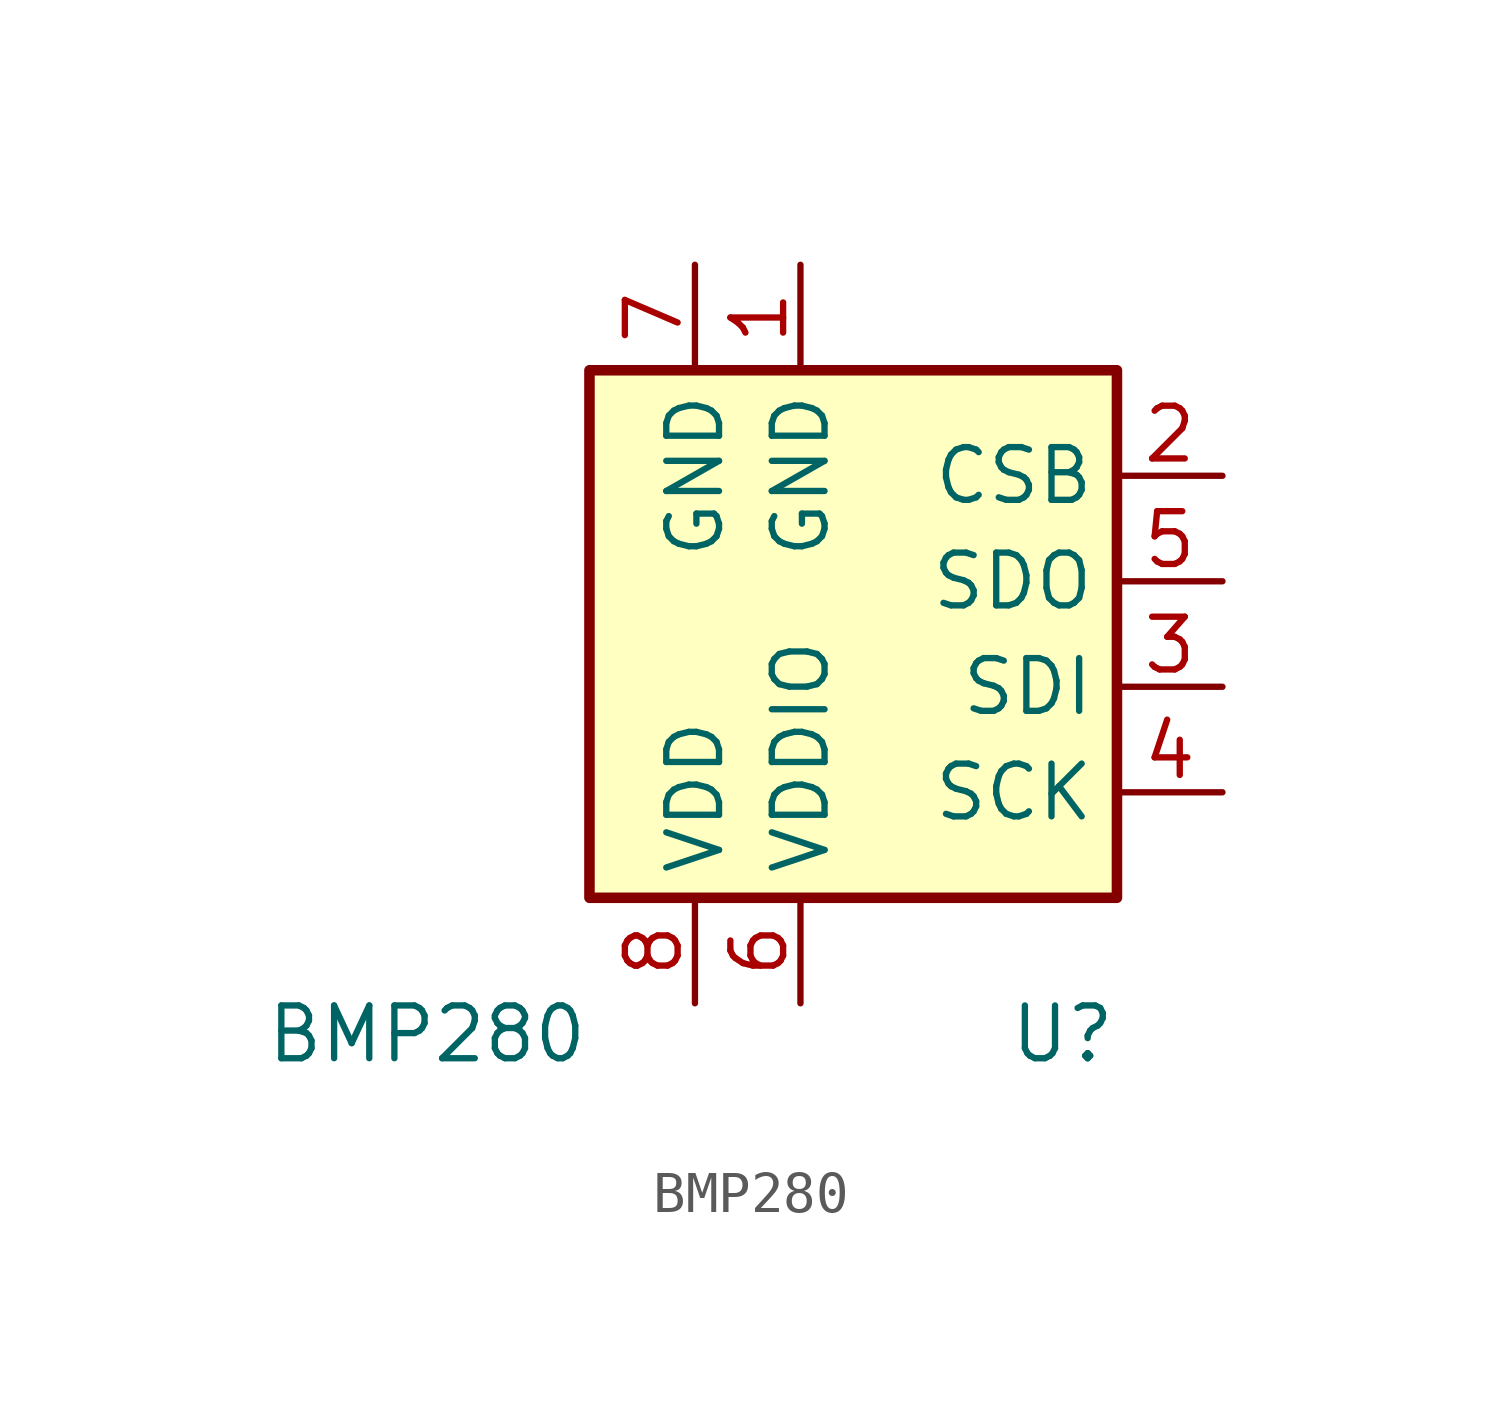
<source format=kicad_sym>
(kicad_symbol_lib
  (version 20241209)
  (generator "kicad_symbol_editor")
  (generator_version "9.0")
  (symbol "BMP280"
    (property "Reference" "U"
      (at 7.62 -7.62 0)
      (effects (font (size 1.27 1.27)) (justify right top)))
    (property "Value" "BMP280"
      (at -5.08 -7.62 0)
      (effects (font (size 1.27 1.27)) (justify right top)))
    (symbol "BMP280_0_1"
      (rectangle (start 7.62 -5.08) (end -5.08 7.62) (stroke (width 0.254) (type default)) (fill (type background))))
    (symbol "BMP280_1_1"
      (pin power_in line (at -2.54 10.16 270) (length 2.54) (name "GND" (effects (font (size 1.27 1.27)))) (number "7" (effects (font (size 1.27 1.27)))))
      (pin power_in line (at -2.54 -7.62 90) (length 2.54) (name "VDD" (effects (font (size 1.27 1.27)))) (number "8" (effects (font (size 1.27 1.27)))))
      (pin power_in line (at 0 10.16 270) (length 2.54) (name "GND" (effects (font (size 1.27 1.27)))) (number "1" (effects (font (size 1.27 1.27)))))
      (pin power_in line (at 0 -7.62 90) (length 2.54) (name "VDDIO" (effects (font (size 1.27 1.27)))) (number "6" (effects (font (size 1.27 1.27)))))
      (pin input line (at 10.16 5.08 180) (length 2.54) (name "CSB" (effects (font (size 1.27 1.27)))) (number "2" (effects (font (size 1.27 1.27)))))
      (pin bidirectional line (at 10.16 2.54 180) (length 2.54) (name "SDO" (effects (font (size 1.27 1.27)))) (number "5" (effects (font (size 1.27 1.27)))))
      (pin bidirectional line (at 10.16 0 180) (length 2.54) (name "SDI" (effects (font (size 1.27 1.27)))) (number "3" (effects (font (size 1.27 1.27)))))
      (pin input line (at 10.16 -2.54 180) (length 2.54) (name "SCK" (effects (font (size 1.27 1.27)))) (number "4" (effects (font (size 1.27 1.27))))))))
</source>
